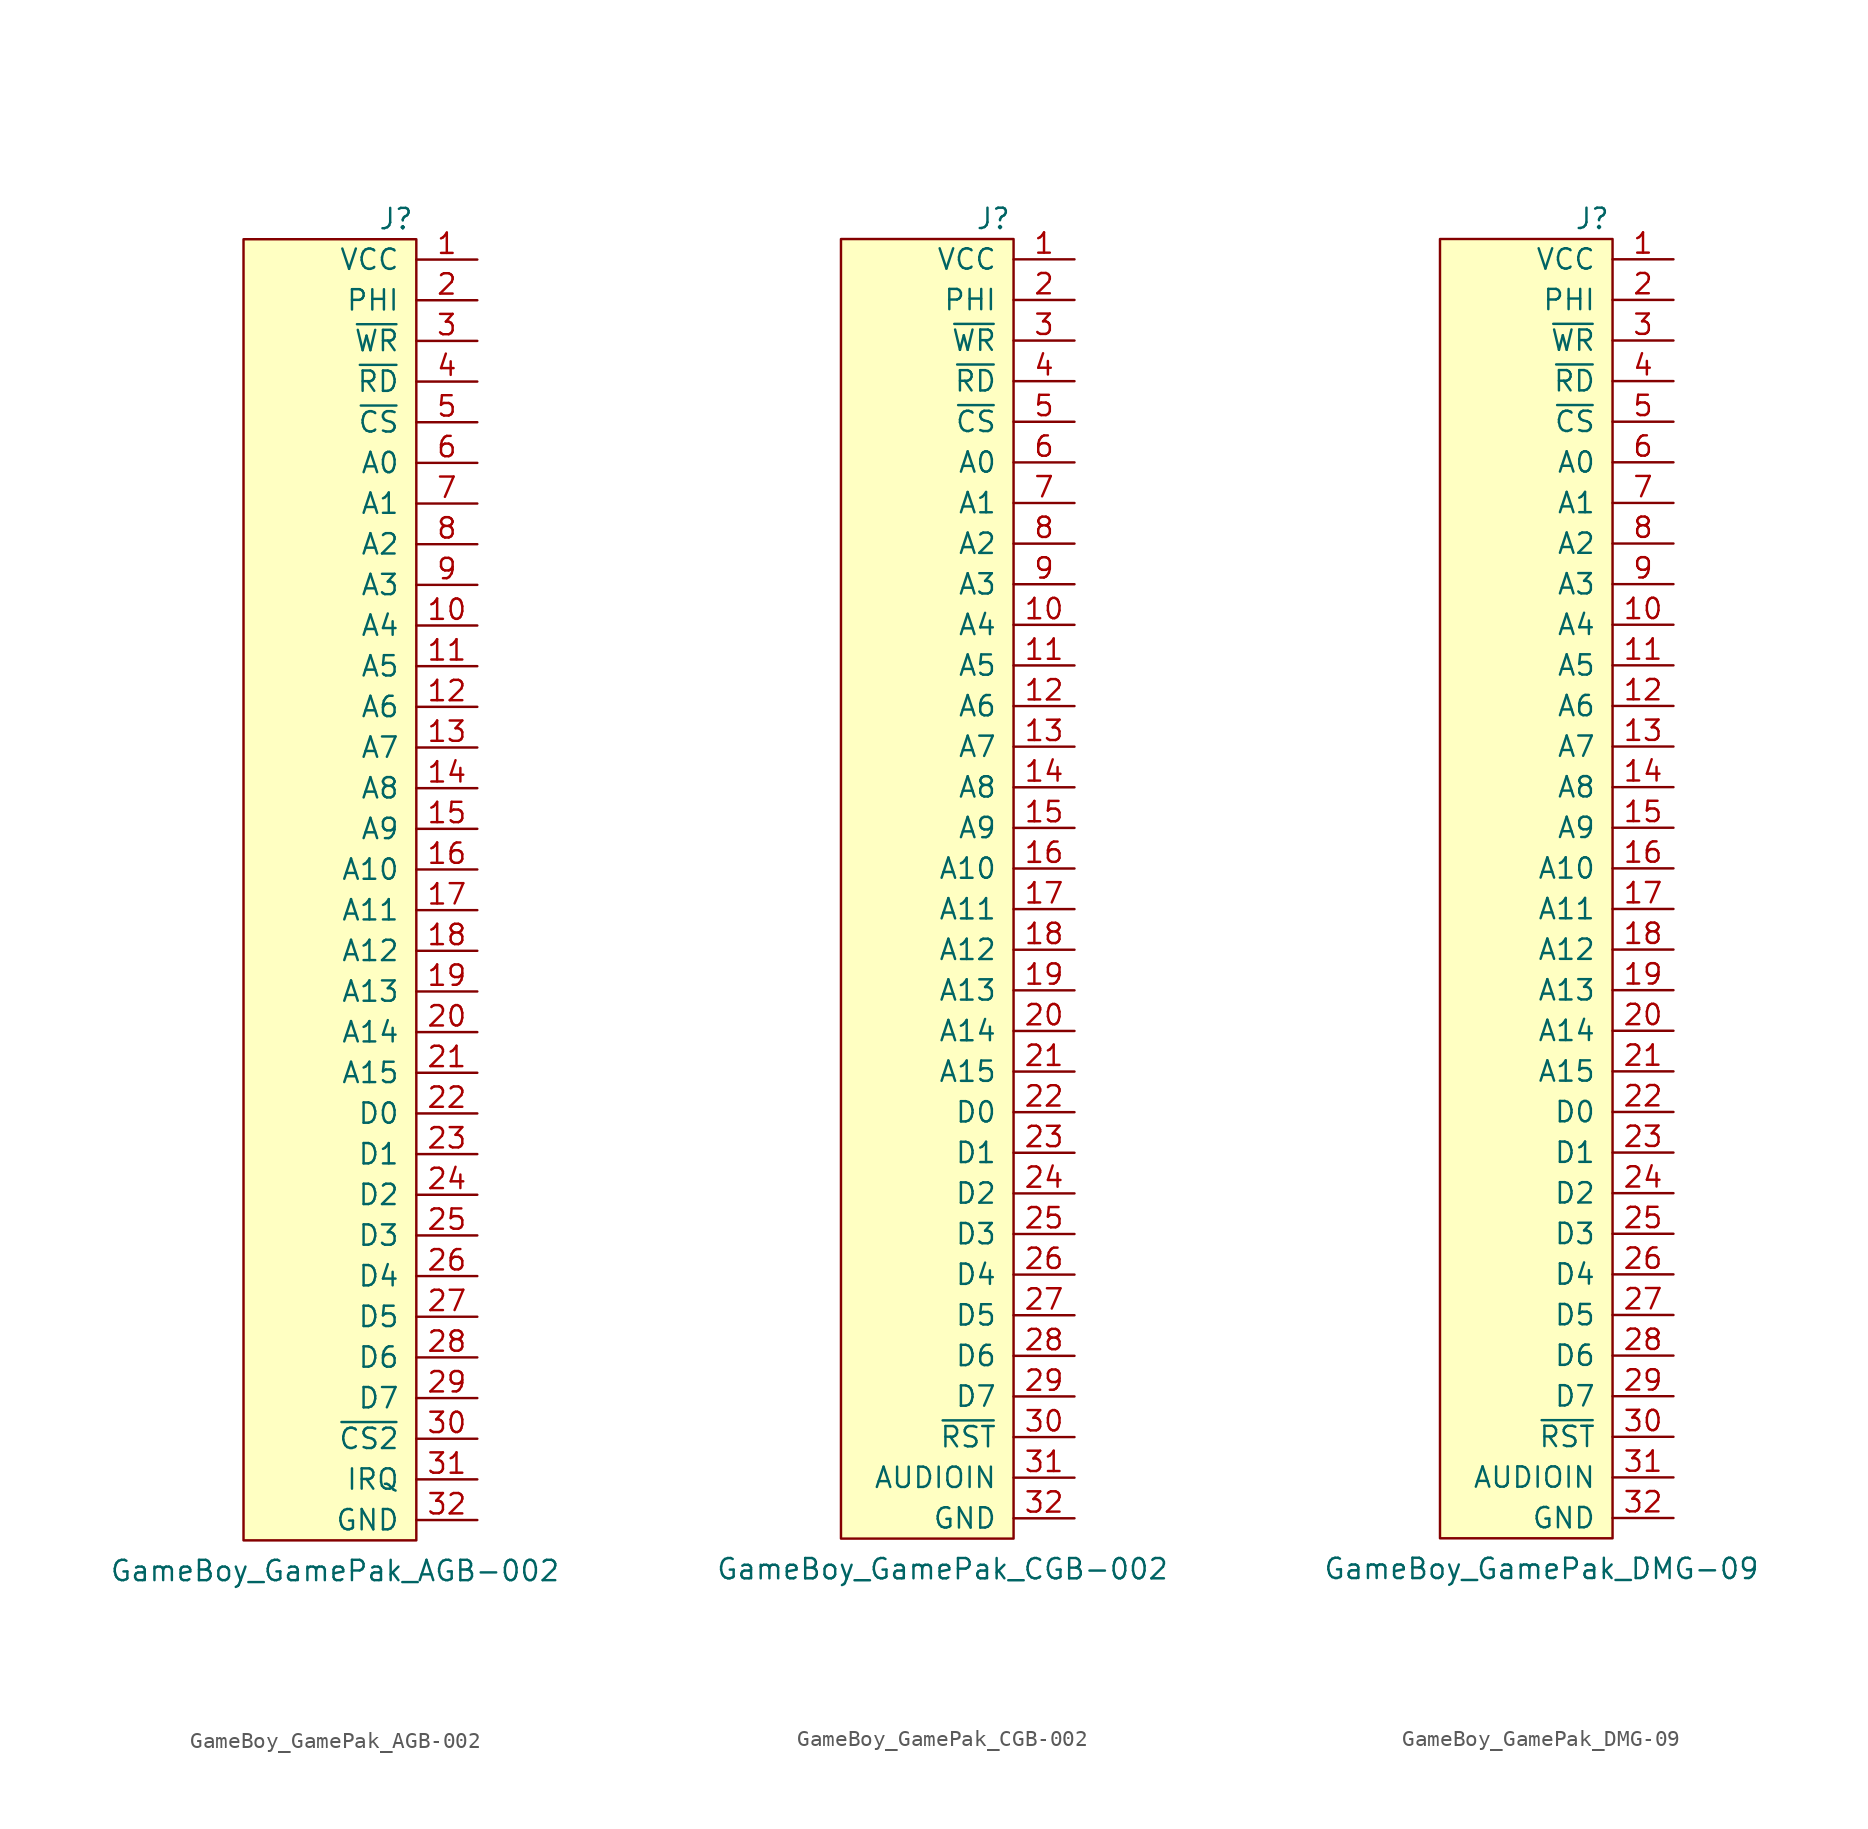
<source format=kicad_sym>
(kicad_symbol_lib
  (version 20211014)
  (generator kicad_symbol_editor)
  (symbol "GameBoy_GamePak_AGB-002"
    (pin_names
      (offset 1.016))
    (property "Reference" "J"
      (at -1.27 41.91 0)
      (effects (font (size 1.27 1.27))))
    (property "Value" "GameBoy_GamePak_AGB-002"
      (at -5.08 -42.545 0)
      (effects (font (size 1.27 1.27))))
    (symbol "GameBoy_GamePak_AGB-002_0_1"
      (rectangle (start 0 40.64) (end -10.795 -40.64) (stroke (width 0) (type default) (color 0 0 0 0)) (fill (type background))))
    (symbol "GameBoy_GamePak_AGB-002_1_1"
      (pin passive line (at 3.81 39.37 180) (length 3.81) (name "VCC" (effects (font (size 1.27 1.27)))) (number "1" (effects (font (size 1.27 1.27)))))
      (pin passive line (at 3.81 16.51 180) (length 3.81) (name "A4" (effects (font (size 1.27 1.27)))) (number "10" (effects (font (size 1.27 1.27)))))
      (pin passive line (at 3.81 13.97 180) (length 3.81) (name "A5" (effects (font (size 1.27 1.27)))) (number "11" (effects (font (size 1.27 1.27)))))
      (pin passive line (at 3.81 11.43 180) (length 3.81) (name "A6" (effects (font (size 1.27 1.27)))) (number "12" (effects (font (size 1.27 1.27)))))
      (pin passive line (at 3.81 8.89 180) (length 3.81) (name "A7" (effects (font (size 1.27 1.27)))) (number "13" (effects (font (size 1.27 1.27)))))
      (pin passive line (at 3.81 6.35 180) (length 3.81) (name "A8" (effects (font (size 1.27 1.27)))) (number "14" (effects (font (size 1.27 1.27)))))
      (pin passive line (at 3.81 3.81 180) (length 3.81) (name "A9" (effects (font (size 1.27 1.27)))) (number "15" (effects (font (size 1.27 1.27)))))
      (pin passive line (at 3.81 1.27 180) (length 3.81) (name "A10" (effects (font (size 1.27 1.27)))) (number "16" (effects (font (size 1.27 1.27)))))
      (pin passive line (at 3.81 -1.27 180) (length 3.81) (name "A11" (effects (font (size 1.27 1.27)))) (number "17" (effects (font (size 1.27 1.27)))))
      (pin passive line (at 3.81 -3.81 180) (length 3.81) (name "A12" (effects (font (size 1.27 1.27)))) (number "18" (effects (font (size 1.27 1.27)))))
      (pin passive line (at 3.81 -6.35 180) (length 3.81) (name "A13" (effects (font (size 1.27 1.27)))) (number "19" (effects (font (size 1.27 1.27)))))
      (pin passive line (at 3.81 36.83 180) (length 3.81) (name "PHI" (effects (font (size 1.27 1.27)))) (number "2" (effects (font (size 1.27 1.27)))))
      (pin passive line (at 3.81 -8.89 180) (length 3.81) (name "A14" (effects (font (size 1.27 1.27)))) (number "20" (effects (font (size 1.27 1.27)))))
      (pin passive line (at 3.81 -11.43 180) (length 3.81) (name "A15" (effects (font (size 1.27 1.27)))) (number "21" (effects (font (size 1.27 1.27)))))
      (pin passive line (at 3.81 -13.97 180) (length 3.81) (name "D0" (effects (font (size 1.27 1.27)))) (number "22" (effects (font (size 1.27 1.27)))))
      (pin passive line (at 3.81 -16.51 180) (length 3.81) (name "D1" (effects (font (size 1.27 1.27)))) (number "23" (effects (font (size 1.27 1.27)))))
      (pin passive line (at 3.81 -19.05 180) (length 3.81) (name "D2" (effects (font (size 1.27 1.27)))) (number "24" (effects (font (size 1.27 1.27)))))
      (pin passive line (at 3.81 -21.59 180) (length 3.81) (name "D3" (effects (font (size 1.27 1.27)))) (number "25" (effects (font (size 1.27 1.27)))))
      (pin passive line (at 3.81 -24.13 180) (length 3.81) (name "D4" (effects (font (size 1.27 1.27)))) (number "26" (effects (font (size 1.27 1.27)))))
      (pin passive line (at 3.81 -26.67 180) (length 3.81) (name "D5" (effects (font (size 1.27 1.27)))) (number "27" (effects (font (size 1.27 1.27)))))
      (pin passive line (at 3.81 -29.21 180) (length 3.81) (name "D6" (effects (font (size 1.27 1.27)))) (number "28" (effects (font (size 1.27 1.27)))))
      (pin passive line (at 3.81 -31.75 180) (length 3.81) (name "D7" (effects (font (size 1.27 1.27)))) (number "29" (effects (font (size 1.27 1.27)))))
      (pin passive line (at 3.81 34.29 180) (length 3.81) (name "~{WR}" (effects (font (size 1.27 1.27)))) (number "3" (effects (font (size 1.27 1.27)))))
      (pin passive line (at 3.81 -34.29 180) (length 3.81) (name "~{CS2}" (effects (font (size 1.27 1.27)))) (number "30" (effects (font (size 1.27 1.27)))))
      (pin passive line (at 3.81 -36.83 180) (length 3.81) (name "IRQ" (effects (font (size 1.27 1.27)))) (number "31" (effects (font (size 1.27 1.27)))))
      (pin passive line (at 3.81 -39.37 180) (length 3.81) (name "GND" (effects (font (size 1.27 1.27)))) (number "32" (effects (font (size 1.27 1.27)))))
      (pin passive line (at 3.81 31.75 180) (length 3.81) (name "~{RD}" (effects (font (size 1.27 1.27)))) (number "4" (effects (font (size 1.27 1.27)))))
      (pin passive line (at 3.81 29.21 180) (length 3.81) (name "~{CS}" (effects (font (size 1.27 1.27)))) (number "5" (effects (font (size 1.27 1.27)))))
      (pin passive line (at 3.81 26.67 180) (length 3.81) (name "A0" (effects (font (size 1.27 1.27)))) (number "6" (effects (font (size 1.27 1.27)))))
      (pin passive line (at 3.81 24.13 180) (length 3.81) (name "A1" (effects (font (size 1.27 1.27)))) (number "7" (effects (font (size 1.27 1.27)))))
      (pin passive line (at 3.81 21.59 180) (length 3.81) (name "A2" (effects (font (size 1.27 1.27)))) (number "8" (effects (font (size 1.27 1.27)))))
      (pin passive line (at 3.81 19.05 180) (length 3.81) (name "A3" (effects (font (size 1.27 1.27)))) (number "9" (effects (font (size 1.27 1.27)))))))
  (symbol "GameBoy_GamePak_CGB-002"
    (pin_names
      (offset 1.016))
    (property "Reference" "J"
      (at -1.27 41.91 0)
      (effects (font (size 1.27 1.27))))
    (property "Value" "GameBoy_GamePak_CGB-002"
      (at -4.445 -42.545 0)
      (effects (font (size 1.27 1.27))))
    (symbol "GameBoy_GamePak_CGB-002_0_1"
      (rectangle (start 0 40.64) (end -10.795 -40.64) (stroke (width 0) (type default) (color 0 0 0 0)) (fill (type background))))
    (symbol "GameBoy_GamePak_CGB-002_1_1"
      (pin passive line (at 3.81 39.37 180) (length 3.81) (name "VCC" (effects (font (size 1.27 1.27)))) (number "1" (effects (font (size 1.27 1.27)))))
      (pin passive line (at 3.81 16.51 180) (length 3.81) (name "A4" (effects (font (size 1.27 1.27)))) (number "10" (effects (font (size 1.27 1.27)))))
      (pin passive line (at 3.81 13.97 180) (length 3.81) (name "A5" (effects (font (size 1.27 1.27)))) (number "11" (effects (font (size 1.27 1.27)))))
      (pin passive line (at 3.81 11.43 180) (length 3.81) (name "A6" (effects (font (size 1.27 1.27)))) (number "12" (effects (font (size 1.27 1.27)))))
      (pin passive line (at 3.81 8.89 180) (length 3.81) (name "A7" (effects (font (size 1.27 1.27)))) (number "13" (effects (font (size 1.27 1.27)))))
      (pin passive line (at 3.81 6.35 180) (length 3.81) (name "A8" (effects (font (size 1.27 1.27)))) (number "14" (effects (font (size 1.27 1.27)))))
      (pin passive line (at 3.81 3.81 180) (length 3.81) (name "A9" (effects (font (size 1.27 1.27)))) (number "15" (effects (font (size 1.27 1.27)))))
      (pin passive line (at 3.81 1.27 180) (length 3.81) (name "A10" (effects (font (size 1.27 1.27)))) (number "16" (effects (font (size 1.27 1.27)))))
      (pin passive line (at 3.81 -1.27 180) (length 3.81) (name "A11" (effects (font (size 1.27 1.27)))) (number "17" (effects (font (size 1.27 1.27)))))
      (pin passive line (at 3.81 -3.81 180) (length 3.81) (name "A12" (effects (font (size 1.27 1.27)))) (number "18" (effects (font (size 1.27 1.27)))))
      (pin passive line (at 3.81 -6.35 180) (length 3.81) (name "A13" (effects (font (size 1.27 1.27)))) (number "19" (effects (font (size 1.27 1.27)))))
      (pin passive line (at 3.81 36.83 180) (length 3.81) (name "PHI" (effects (font (size 1.27 1.27)))) (number "2" (effects (font (size 1.27 1.27)))))
      (pin passive line (at 3.81 -8.89 180) (length 3.81) (name "A14" (effects (font (size 1.27 1.27)))) (number "20" (effects (font (size 1.27 1.27)))))
      (pin passive line (at 3.81 -11.43 180) (length 3.81) (name "A15" (effects (font (size 1.27 1.27)))) (number "21" (effects (font (size 1.27 1.27)))))
      (pin passive line (at 3.81 -13.97 180) (length 3.81) (name "D0" (effects (font (size 1.27 1.27)))) (number "22" (effects (font (size 1.27 1.27)))))
      (pin passive line (at 3.81 -16.51 180) (length 3.81) (name "D1" (effects (font (size 1.27 1.27)))) (number "23" (effects (font (size 1.27 1.27)))))
      (pin passive line (at 3.81 -19.05 180) (length 3.81) (name "D2" (effects (font (size 1.27 1.27)))) (number "24" (effects (font (size 1.27 1.27)))))
      (pin passive line (at 3.81 -21.59 180) (length 3.81) (name "D3" (effects (font (size 1.27 1.27)))) (number "25" (effects (font (size 1.27 1.27)))))
      (pin passive line (at 3.81 -24.13 180) (length 3.81) (name "D4" (effects (font (size 1.27 1.27)))) (number "26" (effects (font (size 1.27 1.27)))))
      (pin passive line (at 3.81 -26.67 180) (length 3.81) (name "D5" (effects (font (size 1.27 1.27)))) (number "27" (effects (font (size 1.27 1.27)))))
      (pin passive line (at 3.81 -29.21 180) (length 3.81) (name "D6" (effects (font (size 1.27 1.27)))) (number "28" (effects (font (size 1.27 1.27)))))
      (pin passive line (at 3.81 -31.75 180) (length 3.81) (name "D7" (effects (font (size 1.27 1.27)))) (number "29" (effects (font (size 1.27 1.27)))))
      (pin passive line (at 3.81 34.29 180) (length 3.81) (name "~{WR}" (effects (font (size 1.27 1.27)))) (number "3" (effects (font (size 1.27 1.27)))))
      (pin passive line (at 3.81 -34.29 180) (length 3.81) (name "~{RST}" (effects (font (size 1.27 1.27)))) (number "30" (effects (font (size 1.27 1.27)))))
      (pin passive line (at 3.81 -36.83 180) (length 3.81) (name "AUDIOIN" (effects (font (size 1.27 1.27)))) (number "31" (effects (font (size 1.27 1.27)))))
      (pin passive line (at 3.81 -39.37 180) (length 3.81) (name "GND" (effects (font (size 1.27 1.27)))) (number "32" (effects (font (size 1.27 1.27)))))
      (pin passive line (at 3.81 31.75 180) (length 3.81) (name "~{RD}" (effects (font (size 1.27 1.27)))) (number "4" (effects (font (size 1.27 1.27)))))
      (pin passive line (at 3.81 29.21 180) (length 3.81) (name "~{CS}" (effects (font (size 1.27 1.27)))) (number "5" (effects (font (size 1.27 1.27)))))
      (pin passive line (at 3.81 26.67 180) (length 3.81) (name "A0" (effects (font (size 1.27 1.27)))) (number "6" (effects (font (size 1.27 1.27)))))
      (pin passive line (at 3.81 24.13 180) (length 3.81) (name "A1" (effects (font (size 1.27 1.27)))) (number "7" (effects (font (size 1.27 1.27)))))
      (pin passive line (at 3.81 21.59 180) (length 3.81) (name "A2" (effects (font (size 1.27 1.27)))) (number "8" (effects (font (size 1.27 1.27)))))
      (pin passive line (at 3.81 19.05 180) (length 3.81) (name "A3" (effects (font (size 1.27 1.27)))) (number "9" (effects (font (size 1.27 1.27)))))))
  (symbol "GameBoy_GamePak_DMG-09"
    (pin_names
      (offset 1.016))
    (property "Reference" "J"
      (at -1.27 41.91 0)
      (effects (font (size 1.27 1.27))))
    (property "Value" "GameBoy_GamePak_DMG-09"
      (at -4.445 -42.545 0)
      (effects (font (size 1.27 1.27))))
    (symbol "GameBoy_GamePak_DMG-09_0_1"
      (rectangle (start 0 40.64) (end -10.795 -40.64) (stroke (width 0) (type default) (color 0 0 0 0)) (fill (type background))))
    (symbol "GameBoy_GamePak_DMG-09_1_1"
      (pin passive line (at 3.81 39.37 180) (length 3.81) (name "VCC" (effects (font (size 1.27 1.27)))) (number "1" (effects (font (size 1.27 1.27)))))
      (pin passive line (at 3.81 16.51 180) (length 3.81) (name "A4" (effects (font (size 1.27 1.27)))) (number "10" (effects (font (size 1.27 1.27)))))
      (pin passive line (at 3.81 13.97 180) (length 3.81) (name "A5" (effects (font (size 1.27 1.27)))) (number "11" (effects (font (size 1.27 1.27)))))
      (pin passive line (at 3.81 11.43 180) (length 3.81) (name "A6" (effects (font (size 1.27 1.27)))) (number "12" (effects (font (size 1.27 1.27)))))
      (pin passive line (at 3.81 8.89 180) (length 3.81) (name "A7" (effects (font (size 1.27 1.27)))) (number "13" (effects (font (size 1.27 1.27)))))
      (pin passive line (at 3.81 6.35 180) (length 3.81) (name "A8" (effects (font (size 1.27 1.27)))) (number "14" (effects (font (size 1.27 1.27)))))
      (pin passive line (at 3.81 3.81 180) (length 3.81) (name "A9" (effects (font (size 1.27 1.27)))) (number "15" (effects (font (size 1.27 1.27)))))
      (pin passive line (at 3.81 1.27 180) (length 3.81) (name "A10" (effects (font (size 1.27 1.27)))) (number "16" (effects (font (size 1.27 1.27)))))
      (pin passive line (at 3.81 -1.27 180) (length 3.81) (name "A11" (effects (font (size 1.27 1.27)))) (number "17" (effects (font (size 1.27 1.27)))))
      (pin passive line (at 3.81 -3.81 180) (length 3.81) (name "A12" (effects (font (size 1.27 1.27)))) (number "18" (effects (font (size 1.27 1.27)))))
      (pin passive line (at 3.81 -6.35 180) (length 3.81) (name "A13" (effects (font (size 1.27 1.27)))) (number "19" (effects (font (size 1.27 1.27)))))
      (pin passive line (at 3.81 36.83 180) (length 3.81) (name "PHI" (effects (font (size 1.27 1.27)))) (number "2" (effects (font (size 1.27 1.27)))))
      (pin passive line (at 3.81 -8.89 180) (length 3.81) (name "A14" (effects (font (size 1.27 1.27)))) (number "20" (effects (font (size 1.27 1.27)))))
      (pin passive line (at 3.81 -11.43 180) (length 3.81) (name "A15" (effects (font (size 1.27 1.27)))) (number "21" (effects (font (size 1.27 1.27)))))
      (pin passive line (at 3.81 -13.97 180) (length 3.81) (name "D0" (effects (font (size 1.27 1.27)))) (number "22" (effects (font (size 1.27 1.27)))))
      (pin passive line (at 3.81 -16.51 180) (length 3.81) (name "D1" (effects (font (size 1.27 1.27)))) (number "23" (effects (font (size 1.27 1.27)))))
      (pin passive line (at 3.81 -19.05 180) (length 3.81) (name "D2" (effects (font (size 1.27 1.27)))) (number "24" (effects (font (size 1.27 1.27)))))
      (pin passive line (at 3.81 -21.59 180) (length 3.81) (name "D3" (effects (font (size 1.27 1.27)))) (number "25" (effects (font (size 1.27 1.27)))))
      (pin passive line (at 3.81 -24.13 180) (length 3.81) (name "D4" (effects (font (size 1.27 1.27)))) (number "26" (effects (font (size 1.27 1.27)))))
      (pin passive line (at 3.81 -26.67 180) (length 3.81) (name "D5" (effects (font (size 1.27 1.27)))) (number "27" (effects (font (size 1.27 1.27)))))
      (pin passive line (at 3.81 -29.21 180) (length 3.81) (name "D6" (effects (font (size 1.27 1.27)))) (number "28" (effects (font (size 1.27 1.27)))))
      (pin passive line (at 3.81 -31.75 180) (length 3.81) (name "D7" (effects (font (size 1.27 1.27)))) (number "29" (effects (font (size 1.27 1.27)))))
      (pin passive line (at 3.81 34.29 180) (length 3.81) (name "~{WR}" (effects (font (size 1.27 1.27)))) (number "3" (effects (font (size 1.27 1.27)))))
      (pin passive line (at 3.81 -34.29 180) (length 3.81) (name "~{RST}" (effects (font (size 1.27 1.27)))) (number "30" (effects (font (size 1.27 1.27)))))
      (pin passive line (at 3.81 -36.83 180) (length 3.81) (name "AUDIOIN" (effects (font (size 1.27 1.27)))) (number "31" (effects (font (size 1.27 1.27)))))
      (pin passive line (at 3.81 -39.37 180) (length 3.81) (name "GND" (effects (font (size 1.27 1.27)))) (number "32" (effects (font (size 1.27 1.27)))))
      (pin passive line (at 3.81 31.75 180) (length 3.81) (name "~{RD}" (effects (font (size 1.27 1.27)))) (number "4" (effects (font (size 1.27 1.27)))))
      (pin passive line (at 3.81 29.21 180) (length 3.81) (name "~{CS}" (effects (font (size 1.27 1.27)))) (number "5" (effects (font (size 1.27 1.27)))))
      (pin passive line (at 3.81 26.67 180) (length 3.81) (name "A0" (effects (font (size 1.27 1.27)))) (number "6" (effects (font (size 1.27 1.27)))))
      (pin passive line (at 3.81 24.13 180) (length 3.81) (name "A1" (effects (font (size 1.27 1.27)))) (number "7" (effects (font (size 1.27 1.27)))))
      (pin passive line (at 3.81 21.59 180) (length 3.81) (name "A2" (effects (font (size 1.27 1.27)))) (number "8" (effects (font (size 1.27 1.27)))))
      (pin passive line (at 3.81 19.05 180) (length 3.81) (name "A3" (effects (font (size 1.27 1.27)))) (number "9" (effects (font (size 1.27 1.27))))))))
</source>
